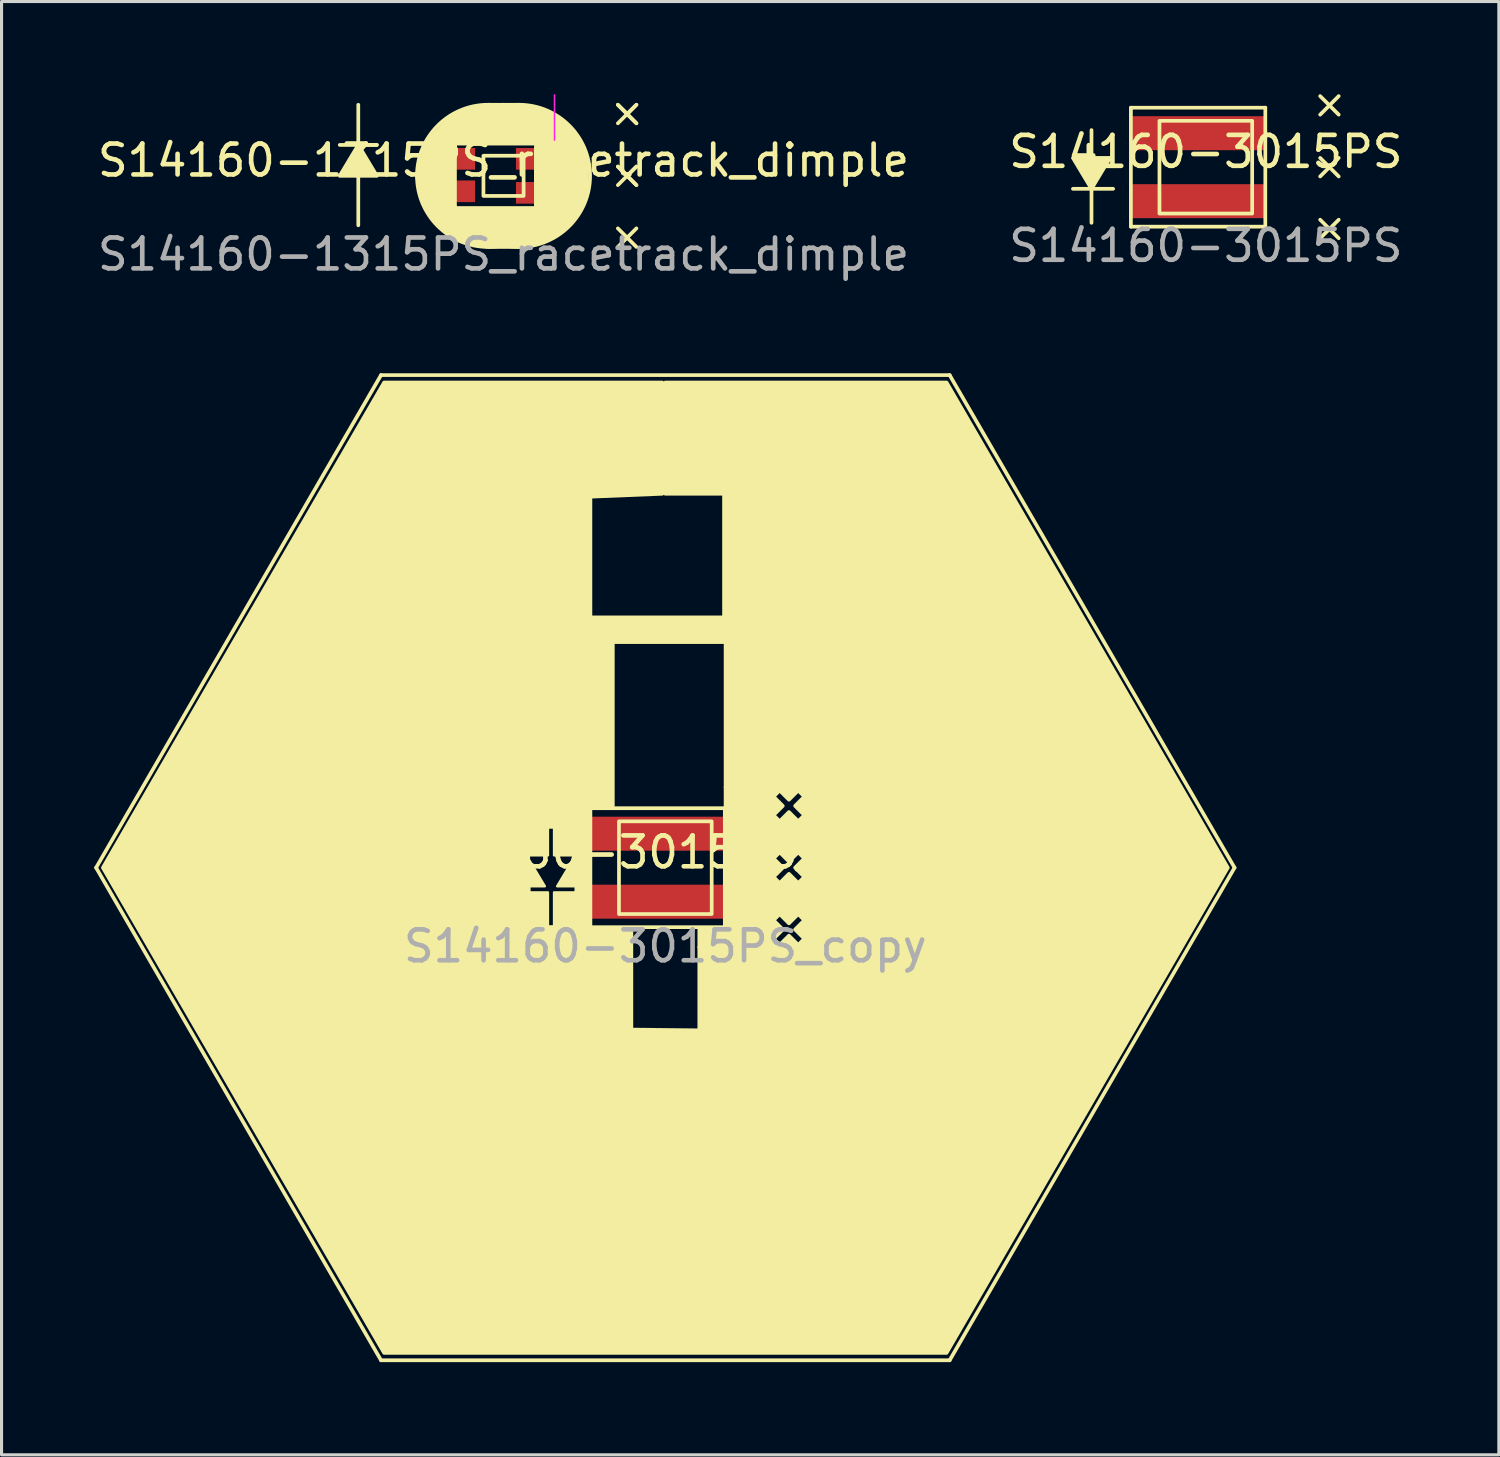
<source format=kicad_pcb>
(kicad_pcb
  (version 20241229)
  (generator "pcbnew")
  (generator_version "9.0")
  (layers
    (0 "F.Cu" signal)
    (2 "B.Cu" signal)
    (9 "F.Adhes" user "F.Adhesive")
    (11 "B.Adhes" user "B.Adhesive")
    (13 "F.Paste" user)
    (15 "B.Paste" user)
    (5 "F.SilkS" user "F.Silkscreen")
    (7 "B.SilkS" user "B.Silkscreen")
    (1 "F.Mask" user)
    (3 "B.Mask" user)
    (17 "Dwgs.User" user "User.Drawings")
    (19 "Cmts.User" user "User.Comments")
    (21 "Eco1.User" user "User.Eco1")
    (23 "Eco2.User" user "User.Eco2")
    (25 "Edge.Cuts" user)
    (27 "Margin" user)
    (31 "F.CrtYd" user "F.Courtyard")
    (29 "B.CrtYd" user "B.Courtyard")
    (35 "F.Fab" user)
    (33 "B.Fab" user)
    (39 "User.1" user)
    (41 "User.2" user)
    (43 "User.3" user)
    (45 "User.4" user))
  (footprint "S14160-3015PS"
    (layer "F.Cu")
    (at 35.97 2.36)
    (property "Reference" "S14160-3015PS" (at 0 -0.5 0) (unlocked yes) (layer "F.SilkS") (effects (font (size 1 1) (thickness 0.15))))
    (attr smd)
    (fp_line (start -4.3 0.7) (end -3 0.7) (stroke (width 0.12) (type solid)) (layer "F.SilkS"))
    (fp_line (start -3.7 1.8) (end -3.7 -1.2) (stroke (width 0.12) (type solid)) (layer "F.SilkS"))
    (fp_line (start -2.425 1.925) (end -2.425 -1.925) (stroke (width 0.12) (type solid)) (layer "F.SilkS"))
    (fp_line (start -2.425 1.925) (end 1.925 1.925) (stroke (width 0.12) (type solid)) (layer "F.SilkS"))
    (fp_line (start 1.925 -1.925) (end -2.425 -1.925) (stroke (width 0.12) (type solid)) (layer "F.SilkS"))
    (fp_line (start 1.925 -1.925) (end 1.925 1.925) (stroke (width 0.12) (type solid)) (layer "F.SilkS"))
    (fp_line (start 3.7 -2.3) (end 4.3 -1.7) (stroke (width 0.12) (type solid)) (layer "F.SilkS"))
    (fp_line (start 3.7 -0.3) (end 4.3 0.3) (stroke (width 0.12) (type solid)) (layer "F.SilkS"))
    (fp_line (start 3.7 1.7) (end 4.3 2.3) (stroke (width 0.12) (type solid)) (layer "F.SilkS"))
    (fp_line (start 4.3 -2.3) (end 3.7 -1.7) (stroke (width 0.12) (type solid)) (layer "F.SilkS"))
    (fp_line (start 4.3 -0.3) (end 3.7 0.3) (stroke (width 0.12) (type solid)) (layer "F.SilkS"))
    (fp_line (start 4.3 1.7) (end 3.7 2.3) (stroke (width 0.12) (type solid)) (layer "F.SilkS"))
    (fp_rect (start -1.5 -1.5) (end 1.5 1.5) (stroke (width 0.12) (type solid)) (fill no) (layer "F.SilkS"))
    (fp_poly (pts (xy -3.7 0.7) (xy -4.3 -0.3) (xy -3.1 -0.3)) (stroke (width 0.12) (type solid)) (fill yes) (layer "F.SilkS"))
    (fp_text user "${REFERENCE}" (at 0 2.54 0) (unlocked yes) (layer "F.Fab") (effects (font (size 1 1) (thickness 0.15))))
    (pad "1" smd rect (at -0.25 -1.1) (size 4.3 1.1) (layers "F.Cu" "F.Mask" "F.Paste"))
    (pad "2" smd rect (at -0.25 1.1) (size 4.3 1.1) (layers "F.Cu" "F.Mask" "F.Paste")))
  (footprint "S14160-3015PS_copy"
    (layer "F.Cu")
    (at 18.48 25.028)
    (property "Reference" "S14160-3015PS_copy" (at 0 -0.5 0) (unlocked yes) (layer "F.SilkS") (effects (font (size 1 1) (thickness 0.15))))
    (attr smd)
    (fp_line (start -18.42 0) (end -9.2 -15.94) (stroke (width 0.12) (type solid)) (layer "F.SilkS"))
    (fp_line (start -9.2 -15.94) (end 9.2 -15.94) (stroke (width 0.12) (type solid)) (layer "F.SilkS"))
    (fp_line (start -9.2 15.94) (end -18.42 0) (stroke (width 0.12) (type solid)) (layer "F.SilkS"))
    (fp_line (start -9.2 15.94) (end 9.2 15.94) (stroke (width 0.12) (type solid)) (layer "F.SilkS"))
    (fp_line (start -2.425 1.925) (end -2.425 -1.925) (stroke (width 0.12) (type solid)) (layer "F.SilkS"))
    (fp_line (start -2.425 1.925) (end 1.925 1.925) (stroke (width 0.12) (type solid)) (layer "F.SilkS"))
    (fp_line (start 1.925 -1.925) (end -2.425 -1.925) (stroke (width 0.12) (type solid)) (layer "F.SilkS"))
    (fp_line (start 1.925 -1.925) (end 1.925 1.925) (stroke (width 0.12) (type solid)) (layer "F.SilkS"))
    (fp_line (start 9.2 15.94) (end 18.42 0) (stroke (width 0.12) (type solid)) (layer "F.SilkS"))
    (fp_line (start 18.42 0) (end 9.2 -15.94) (stroke (width 0.12) (type solid)) (layer "F.SilkS"))
    (fp_rect (start -4.975 1.975) (end -1.1 5.325) (stroke (width 0.12) (type solid)) (fill yes) (layer "F.SilkS"))
    (fp_rect (start -2.425 -8.1) (end 4.6 -7.3) (stroke (width 0.12) (type solid)) (fill yes) (layer "F.SilkS"))
    (fp_rect (start -2.425 -1.925) (end -5 -12.1) (stroke (width 0.12) (type solid)) (fill yes) (layer "F.SilkS"))
    (fp_rect (start -1.7 -2) (end -2.425 -7.3) (stroke (width 0.12) (type solid)) (fill yes) (layer "F.SilkS"))
    (fp_rect (start -1.5 -1.5) (end 1.5 1.5) (stroke (width 0.12) (type solid)) (fill no) (layer "F.SilkS"))
    (fp_rect (start 1.1 2) (end 1.95 2.575) (stroke (width 0.12) (type solid)) (fill yes) (layer "F.SilkS"))
    (fp_rect (start 1.1 5.525) (end 4.6 2.575) (stroke (width 0.12) (type solid)) (fill yes) (layer "F.SilkS"))
    (fp_rect (start 3.375 2.575) (end 1.95 -2.6) (stroke (width 0.12) (type solid)) (fill yes) (layer "F.SilkS"))
    (fp_rect (start 4.6 -7.3) (end 1.95 -2.6) (stroke (width 0.12) (type solid)) (fill yes) (layer "F.SilkS"))
    (fp_rect (start 4.6 -0.625) (end 3.375 -1.4) (stroke (width 0.12) (type solid)) (fill yes) (layer "F.SilkS"))
    (fp_rect (start 4.6 0.6) (end 3.375 1.4) (stroke (width 0.12) (type solid)) (fill yes) (layer "F.SilkS"))
    (fp_poly (pts (xy -0.1 -12.1) (xy -5 -11.9) (xy -4.975 5.2) (xy 4.6 5.3) (xy 4.6 -8.1) (xy 1.9 -8.125) (xy 1.9 -12.1) (xy 0 -12.1) (xy 0 -15.7) (xy 9.1 -15.7) (xy 18.2 0) (xy 9.1 15.7) (xy -9.1 15.7) (xy -18.2 0) (xy -9.1 -15.7) (xy -0.1 -15.7)) (stroke (width 0.12) (type solid)) (fill yes) (layer "F.SilkS"))
    (fp_poly (pts (xy 4.6 -1.4) (xy 3.7 -1.4) (xy 3.7 -1.5) (xy 4 -1.8) (xy 4.3 -1.5) (xy 4.5 -1.7) (xy 4.2 -2) (xy 4.5 -2.3) (xy 4.3 -2.5) (xy 4 -2.2) (xy 3.7 -2.5) (xy 3.5 -2.3) (xy 3.8 -2) (xy 3.5 -1.7) (xy 3.65 -1.55) (xy 3.675 -1.4) (xy 3.4 -1.4) (xy 3.4 -2.6) (xy 4.6 -2.6)) (stroke (width 0.12) (type solid)) (fill yes) (layer "F.SilkS"))
    (fp_poly (pts (xy 4.6 0.6) (xy 3.7 0.6) (xy 3.7 0.5) (xy 4 0.2) (xy 4.3 0.5) (xy 4.5 0.3) (xy 4.2 0) (xy 4.5 -0.3) (xy 4.3 -0.5) (xy 4 -0.2) (xy 3.7 -0.5) (xy 3.5 -0.3) (xy 3.8 0) (xy 3.5 0.3) (xy 3.65 0.45) (xy 3.675 0.6) (xy 3.4 0.6) (xy 3.4 -0.6) (xy 4.6 -0.6)) (stroke (width 0.12) (type solid)) (fill yes) (layer "F.SilkS"))
    (fp_poly (pts (xy 4.6 2.6) (xy 3.7 2.6) (xy 3.7 2.5) (xy 4 2.2) (xy 4.3 2.5) (xy 4.5 2.3) (xy 4.2 2) (xy 4.5 1.7) (xy 4.3 1.5) (xy 4 1.8) (xy 3.7 1.5) (xy 3.5 1.7) (xy 3.8 2) (xy 3.5 2.3) (xy 3.65 2.45) (xy 3.675 2.6) (xy 3.4 2.6) (xy 3.4 1.4) (xy 4.6 1.4)) (stroke (width 0.12) (type solid)) (fill yes) (layer "F.SilkS"))
    (fp_poly (pts (xy -3.65 -1.3) (xy -3.8 -1.3) (xy -3.8 -0.4) (xy -4.5 -0.4) (xy -3.9 0.6) (xy -4.4 0.6) (xy -4.4 0.8) (xy -3.8 0.8) (xy -3.8 1.9) (xy -3.6 1.9) (xy -3.6 0.8) (xy -2.9 0.8) (xy -2.9 0.6) (xy -3.5 0.6) (xy -2.9 -0.4) (xy -3.6 -0.4) (xy -3.6 -1.925) (xy -2.425 -1.925) (xy -2.425 2) (xy -5 2) (xy -5 -1.9) (xy -3.65 -1.9)) (stroke (width 0.08) (type solid)) (fill yes) (layer "F.SilkS"))
    (fp_text user "${REFERENCE}" (at 0 2.54 0) (unlocked yes) (layer "F.Fab") (effects (font (size 1 1) (thickness 0.15))))
    (pad "1" smd rect (at -0.25 -1.1) (size 4.3 1.1) (layers "F.Cu" "F.Mask" "F.Paste"))
    (pad "2" smd rect (at -0.25 1.1) (size 4.3 1.1) (layers "F.Cu" "F.Mask" "F.Paste")))
  (footprint "S14160-1315PS_racetrack_dimple"
    (layer "F.Cu")
    (at 13.244 2.64)
    (property "Reference" "S14160-1315PS_racetrack_dimple" (at 0 -0.5 0) (unlocked yes) (layer "F.SilkS") (effects (font (size 1 1) (thickness 0.15))))
    (attr smd)
    (fp_line (start -5.3 -1) (end -4.1 -1) (stroke (width 0.12) (type solid)) (layer "F.SilkS"))
    (fp_line (start -4.7 1.6) (end -4.7 -2.3) (stroke (width 0.12) (type solid)) (layer "F.SilkS"))
    (fp_line (start -4.1 -1) (end -4.7 -1) (stroke (width 0.12) (type solid)) (layer "F.SilkS"))
    (fp_line (start -1.58 1.05) (end -1.58 -1.05) (stroke (width 0.12) (type solid)) (layer "F.SilkS"))
    (fp_line (start -1.58 1.05) (end 1.05 1.05) (stroke (width 0.12) (type solid)) (layer "F.SilkS"))
    (fp_line (start 0.5 -2.3) (end -0.5 -2.3) (stroke (width 0.12) (type solid)) (layer "F.SilkS"))
    (fp_line (start 1.05 -1.05) (end -1.58 -1.05) (stroke (width 0.12) (type solid)) (layer "F.SilkS"))
    (fp_line (start 1.05 -1.05) (end 1.05 1.05) (stroke (width 0.12) (type solid)) (layer "F.SilkS"))
    (fp_line (start 3.7 -2.3) (end 4 -2) (stroke (width 0.12) (type solid)) (layer "F.SilkS"))
    (fp_line (start 3.7 -0.3) (end 4 0) (stroke (width 0.12) (type solid)) (layer "F.SilkS"))
    (fp_line (start 4 -2) (end 3.7 -2.3) (stroke (width 0.12) (type solid)) (layer "F.SilkS"))
    (fp_line (start 4 -2) (end 3.7 -1.7) (stroke (width 0.12) (type solid)) (layer "F.SilkS"))
    (fp_line (start 4 -2) (end 4.3 -2.3) (stroke (width 0.12) (type solid)) (layer "F.SilkS"))
    (fp_line (start 4 -2) (end 4.3 -1.7) (stroke (width 0.12) (type solid)) (layer "F.SilkS"))
    (fp_line (start 4 0) (end 3.7 -0.3) (stroke (width 0.12) (type solid)) (layer "F.SilkS"))
    (fp_line (start 4 0) (end 3.7 0.3) (stroke (width 0.12) (type solid)) (layer "F.SilkS"))
    (fp_line (start 4 0) (end 4.3 -0.3) (stroke (width 0.12) (type solid)) (layer "F.SilkS"))
    (fp_line (start 4 0) (end 4.3 0.3) (stroke (width 0.12) (type solid)) (layer "F.SilkS"))
    (fp_line (start 4 2) (end 3.7 1.7) (stroke (width 0.12) (type solid)) (layer "F.SilkS"))
    (fp_line (start 4 2) (end 3.7 2.3) (stroke (width 0.12) (type solid)) (layer "F.SilkS"))
    (fp_line (start 4 2) (end 4.3 1.7) (stroke (width 0.12) (type solid)) (layer "F.SilkS"))
    (fp_line (start 4 2) (end 4.3 2.3) (stroke (width 0.12) (type solid)) (layer "F.SilkS"))
    (fp_line (start 4.3 -2.3) (end 4 -2) (stroke (width 0.12) (type solid)) (layer "F.SilkS"))
    (fp_line (start 4.3 -1.7) (end 4 -2) (stroke (width 0.12) (type solid)) (layer "F.SilkS"))
    (fp_line (start 4.3 -0.3) (end 4 0) (stroke (width 0.12) (type solid)) (layer "F.SilkS"))
    (fp_line (start 4.3 0.3) (end 4 0) (stroke (width 0.12) (type solid)) (layer "F.SilkS"))
    (fp_rect (start -0.65 -0.65) (end 0.65 0.65) (stroke (width 0.12) (type solid)) (fill no) (layer "F.SilkS"))
    (fp_circle (center -0.5 0) (end -0.5 -2.3) (stroke (width 0.12) (type solid)) (fill no) (layer "F.SilkS"))
    (fp_circle (center 0.5 0) (end 0.5 -2.3) (stroke (width 0.12) (type solid)) (fill no) (layer "F.SilkS"))
    (fp_poly (pts (xy -4.1 0) (xy -5.3 0) (xy -4.7 -1)) (stroke (width 0.12) (type solid)) (fill yes) (layer "F.SilkS"))
    (fp_poly (pts (xy 1.05 -1.05) (xy -1.58 -1.05) (xy -1.58 1.05) (xy -1.4 2.1) (xy -1.8 1.9) (xy -2.1 1.6) (xy -2.3 1.3) (xy -2.6 0.9) (xy -2.8 0) (xy -2.7 -0.5) (xy -2.4 -1.2) (xy -1.6 -2)) (stroke (width 0.12) (type solid)) (fill yes) (layer "F.SilkS"))
    (fp_poly (pts (xy 2.2 1.5) (xy 1.9 1.8) (xy 1.1 2.2) (xy 0.7 2.3) (xy -0.5 2.3) (xy -1 2.2) (xy -1.4 2.1) (xy -1.58 1.2) (xy -1.58 1.05) (xy 1.05 1.05) (xy 1.05 -0.9) (xy 1.1 -0.9)) (stroke (width 0.12) (type solid)) (fill yes) (layer "F.SilkS"))
    (fp_poly (pts (xy 1.3 -2.1) (xy 1.7 -1.9) (xy 2 -1.7) (xy 2.3 -1.4) (xy 2.6 -0.9) (xy 2.7 -0.3) (xy 2.7 0.6) (xy 2.5 1.1) (xy 2.2 1.5) (xy 1.05 -1.05) (xy -1.6 -2) (xy -1.1 -2.2) (xy 0 -2.3) (xy 0.8 -2.2)) (stroke (width 0.12) (type solid)) (fill yes) (layer "F.SilkS"))
    (fp_line (start 1.65 -2.615) (end 1.65 -1.155) (stroke (width 0.05) (type solid)) (layer "F.CrtYd"))
    (fp_text user "${REFERENCE}" (at 0 2.54 0) (unlocked yes) (layer "F.Fab") (effects (font (size 1 1) (thickness 0.15))))
    (pad "1" smd rect (at 0.752 -0.55) (size 0.7 0.7) (layers "F.Cu" "F.Mask" "F.Paste"))
    (pad "2" smd rect (at -1.272 -0.55) (size 0.7 0.7) (layers "F.Cu" "F.Mask" "F.Paste"))
    (pad "3" smd rect (at -1.272 0.5) (size 0.7 0.7) (layers "F.Cu" "F.Mask" "F.Paste"))
    (pad "4" smd rect (at 0.752 0.55) (size 0.7 0.7) (layers "F.Cu" "F.Mask" "F.Paste")))
  (gr_rect
    (start -3 -3)
    (end 45.452 44.028)
    (stroke (width 0.1) (type default))
    (fill no)
    (layer "Edge.Cuts")))
</source>
